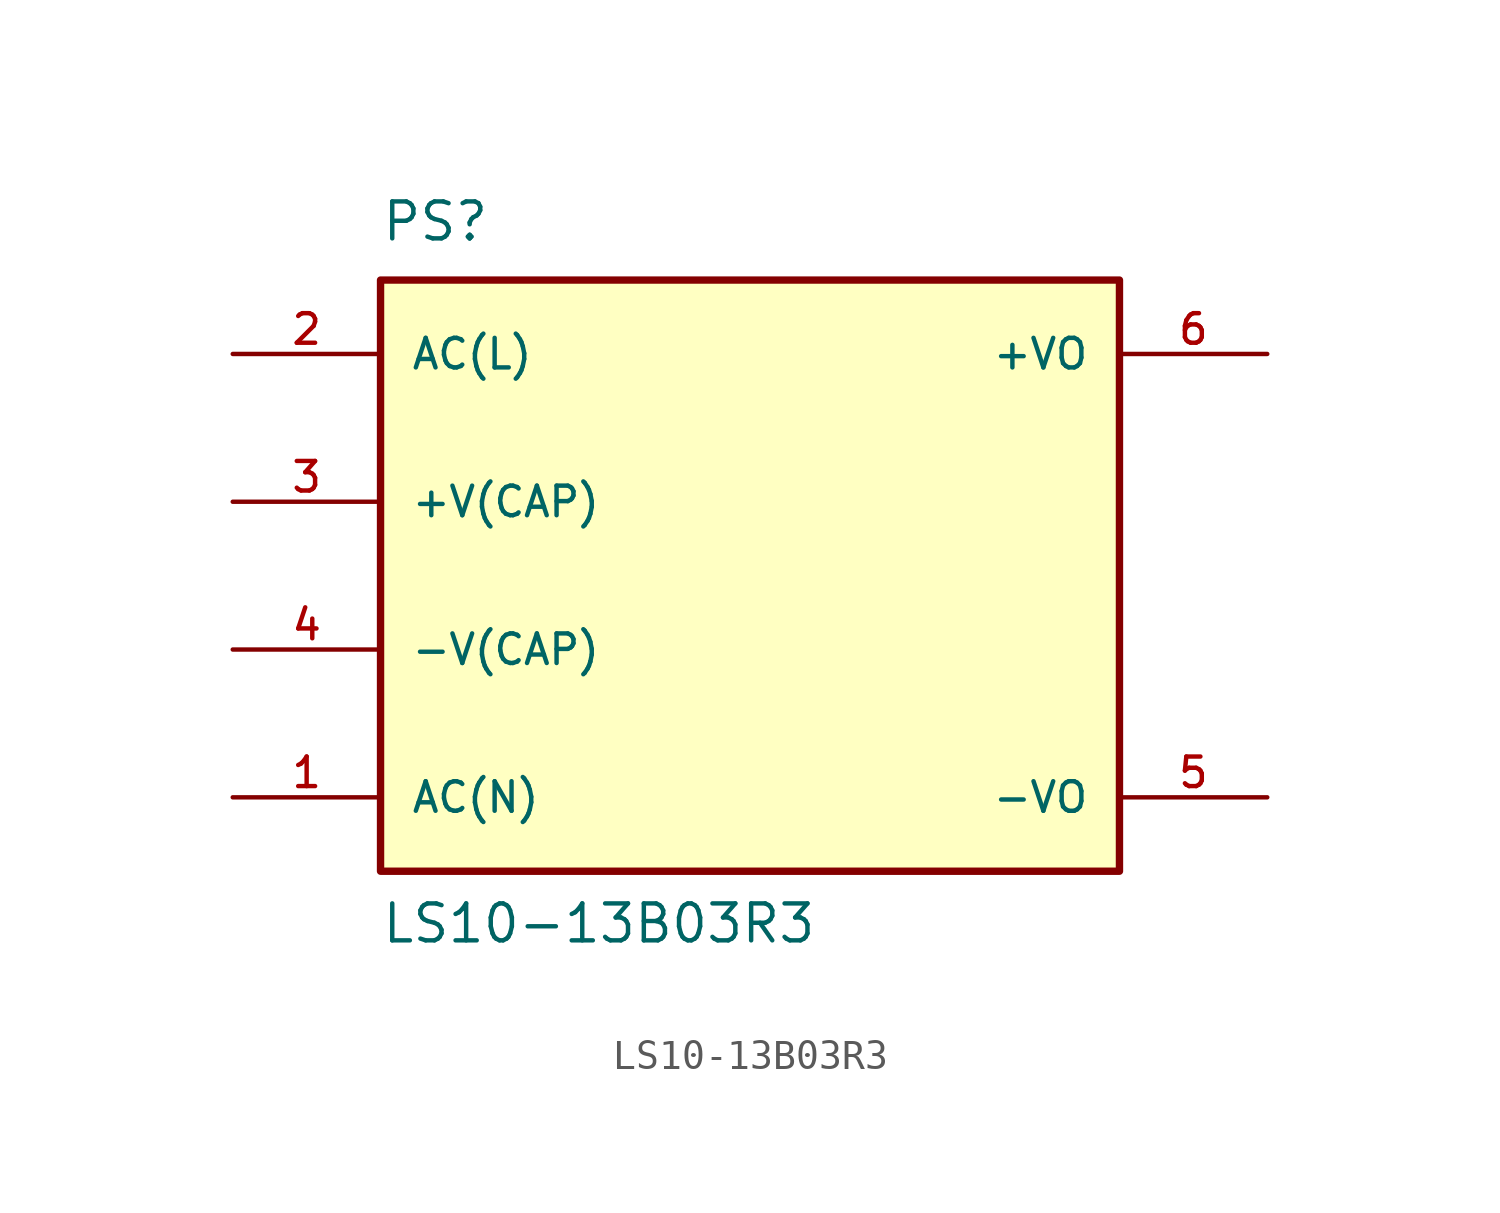
<source format=kicad_sym>
(kicad_symbol_lib
  (version 20211014)
  (generator kicad_symbol_editor)
  (symbol "LS10-13B03R3"
    (pin_names
      (offset 1.016))
    (property "Reference" "PS"
      (at -12.7 11.43 0)
      (effects (font (size 1.27 1.27)) (justify bottom left)))
    (property "Value" "LS10-13B03R3"
      (at -12.7 -12.7 0)
      (effects (font (size 1.27 1.27)) (justify bottom left)))
    (symbol "LS10-13B03R3_0_0"
      (rectangle (start -12.7 -10.16) (end 12.7 10.16) (stroke (width 0.254)) (fill (type background)))
      (pin input line (at -17.78 7.62 0) (length 5.08) (name "AC(L)" (effects (font (size 1.016 1.016)))) (number "2" (effects (font (size 1.016 1.016)))))
      (pin input line (at -17.78 -7.62 0) (length 5.08) (name "AC(N)" (effects (font (size 1.016 1.016)))) (number "1" (effects (font (size 1.016 1.016)))))
      (pin output line (at 17.78 7.62 180.0) (length 5.08) (name "+VO" (effects (font (size 1.016 1.016)))) (number "6" (effects (font (size 1.016 1.016)))))
      (pin output line (at 17.78 -7.62 180.0) (length 5.08) (name "-VO" (effects (font (size 1.016 1.016)))) (number "5" (effects (font (size 1.016 1.016)))))
      (pin passive line (at -17.78 2.54 0) (length 5.08) (name "+V(CAP)" (effects (font (size 1.016 1.016)))) (number "3" (effects (font (size 1.016 1.016)))))
      (pin passive line (at -17.78 -2.54 0) (length 5.08) (name "-V(CAP)" (effects (font (size 1.016 1.016)))) (number "4" (effects (font (size 1.016 1.016))))))))
</source>
